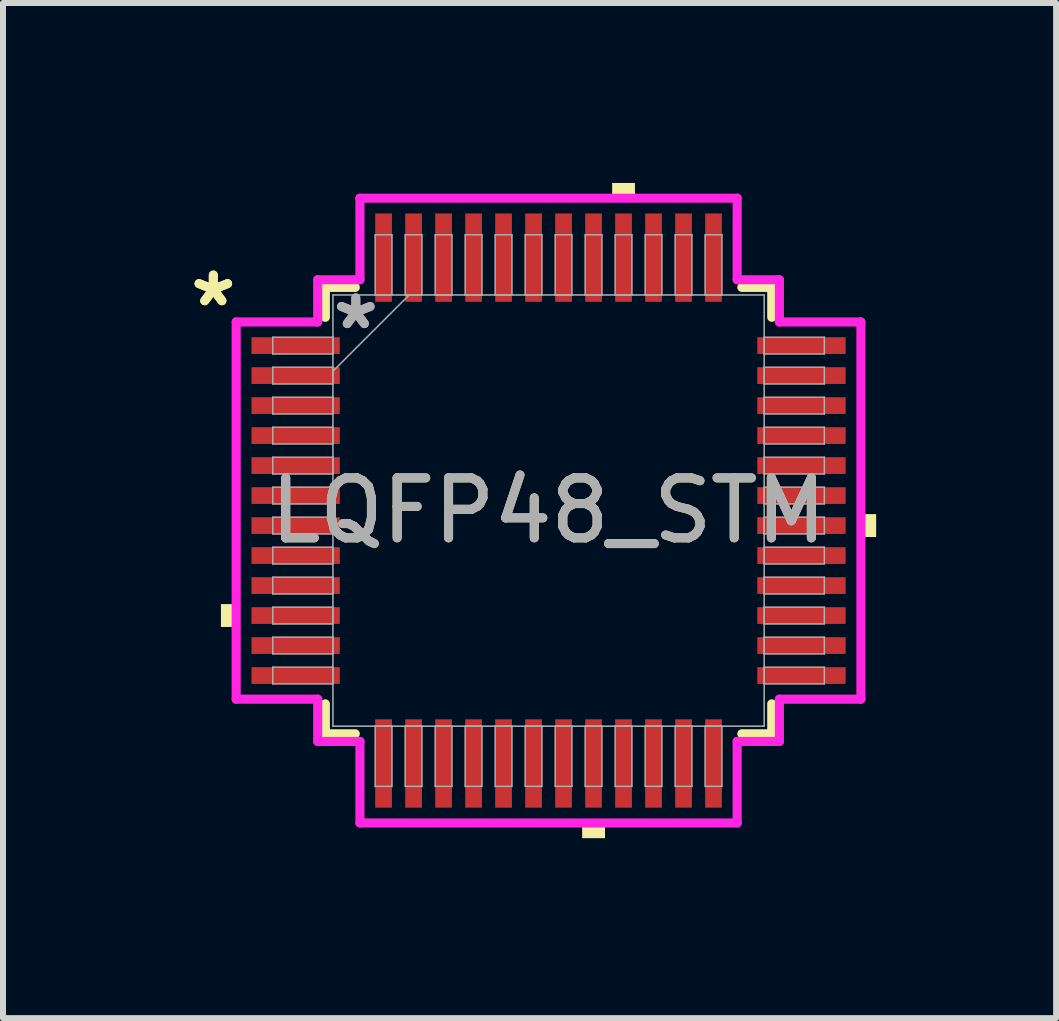
<source format=kicad_pcb>
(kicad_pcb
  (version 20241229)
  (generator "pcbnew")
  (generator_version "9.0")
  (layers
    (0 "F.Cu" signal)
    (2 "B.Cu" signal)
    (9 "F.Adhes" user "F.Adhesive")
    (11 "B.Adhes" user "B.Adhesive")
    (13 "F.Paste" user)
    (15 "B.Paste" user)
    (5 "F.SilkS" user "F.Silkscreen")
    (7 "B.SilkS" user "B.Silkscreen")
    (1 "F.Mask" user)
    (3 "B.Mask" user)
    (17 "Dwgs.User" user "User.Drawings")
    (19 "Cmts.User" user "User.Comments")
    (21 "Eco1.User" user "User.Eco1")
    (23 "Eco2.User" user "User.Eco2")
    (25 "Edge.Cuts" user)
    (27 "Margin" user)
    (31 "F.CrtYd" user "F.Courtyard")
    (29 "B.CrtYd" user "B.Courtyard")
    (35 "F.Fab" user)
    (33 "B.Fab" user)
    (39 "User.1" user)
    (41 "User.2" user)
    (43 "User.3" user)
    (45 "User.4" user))
  (footprint "LQFP48_STM"
    (layer "F.Cu")
    (at 6.094 5.461)
    (property "Reference" "LQFP48_STM" (at 0 0 0) (unlocked yes) (layer "F.SilkS") (effects (font (size 1 1) (thickness 0.15))))
    (attr smd)
    (fp_line (start -3.721 -3.721) (end -3.721 -3.222) (stroke (width 0.152) (type solid)) (layer "F.SilkS"))
    (fp_line (start -3.721 3.222) (end -3.721 3.721) (stroke (width 0.152) (type solid)) (layer "F.SilkS"))
    (fp_line (start -3.721 3.721) (end -3.222 3.721) (stroke (width 0.152) (type solid)) (layer "F.SilkS"))
    (fp_line (start -3.222 -3.721) (end -3.721 -3.721) (stroke (width 0.152) (type solid)) (layer "F.SilkS"))
    (fp_line (start 3.222 3.721) (end 3.721 3.721) (stroke (width 0.152) (type solid)) (layer "F.SilkS"))
    (fp_line (start 3.721 -3.721) (end 3.222 -3.721) (stroke (width 0.152) (type solid)) (layer "F.SilkS"))
    (fp_line (start 3.721 -3.222) (end 3.721 -3.721) (stroke (width 0.152) (type solid)) (layer "F.SilkS"))
    (fp_line (start 3.721 3.721) (end 3.721 3.222) (stroke (width 0.152) (type solid)) (layer "F.SilkS"))
    (fp_poly (pts (xy -5.461 1.559) (xy -5.461 1.94) (xy -5.207 1.94) (xy -5.207 1.559)) (stroke (width 0) (type solid)) (fill yes) (layer "F.SilkS"))
    (fp_poly (pts (xy 0.56 5.207) (xy 0.56 5.461) (xy 0.941 5.461) (xy 0.941 5.207)) (stroke (width 0) (type solid)) (fill yes) (layer "F.SilkS"))
    (fp_poly (pts (xy 1.06 -5.207) (xy 1.06 -5.461) (xy 1.44 -5.461) (xy 1.44 -5.207)) (stroke (width 0) (type solid)) (fill yes) (layer "F.SilkS"))
    (fp_poly (pts (xy 5.461 0.059) (xy 5.461 0.441) (xy 5.207 0.441) (xy 5.207 0.059)) (stroke (width 0) (type solid)) (fill yes) (layer "F.SilkS"))
    (fp_line (start -5.207 -3.144) (end -3.848 -3.144) (stroke (width 0.152) (type solid)) (layer "F.CrtYd"))
    (fp_line (start -5.207 3.144) (end -5.207 -3.144) (stroke (width 0.152) (type solid)) (layer "F.CrtYd"))
    (fp_line (start -3.848 -3.848) (end -3.144 -3.848) (stroke (width 0.152) (type solid)) (layer "F.CrtYd"))
    (fp_line (start -3.848 -3.144) (end -3.848 -3.848) (stroke (width 0.152) (type solid)) (layer "F.CrtYd"))
    (fp_line (start -3.848 3.144) (end -5.207 3.144) (stroke (width 0.152) (type solid)) (layer "F.CrtYd"))
    (fp_line (start -3.848 3.848) (end -3.848 3.144) (stroke (width 0.152) (type solid)) (layer "F.CrtYd"))
    (fp_line (start -3.848 3.848) (end -3.144 3.848) (stroke (width 0.152) (type solid)) (layer "F.CrtYd"))
    (fp_line (start -3.144 -5.207) (end 3.144 -5.207) (stroke (width 0.152) (type solid)) (layer "F.CrtYd"))
    (fp_line (start -3.144 -3.848) (end -3.144 -5.207) (stroke (width 0.152) (type solid)) (layer "F.CrtYd"))
    (fp_line (start -3.144 3.848) (end -3.144 5.207) (stroke (width 0.152) (type solid)) (layer "F.CrtYd"))
    (fp_line (start -3.144 5.207) (end 3.144 5.207) (stroke (width 0.152) (type solid)) (layer "F.CrtYd"))
    (fp_line (start 3.144 -5.207) (end 3.144 -3.848) (stroke (width 0.152) (type solid)) (layer "F.CrtYd"))
    (fp_line (start 3.144 -3.848) (end 3.848 -3.848) (stroke (width 0.152) (type solid)) (layer "F.CrtYd"))
    (fp_line (start 3.144 3.848) (end 3.848 3.848) (stroke (width 0.152) (type solid)) (layer "F.CrtYd"))
    (fp_line (start 3.144 5.207) (end 3.144 3.848) (stroke (width 0.152) (type solid)) (layer "F.CrtYd"))
    (fp_line (start 3.848 -3.144) (end 3.848 -3.848) (stroke (width 0.152) (type solid)) (layer "F.CrtYd"))
    (fp_line (start 3.848 3.144) (end 5.207 3.144) (stroke (width 0.152) (type solid)) (layer "F.CrtYd"))
    (fp_line (start 3.848 3.848) (end 3.848 3.144) (stroke (width 0.152) (type solid)) (layer "F.CrtYd"))
    (fp_line (start 5.207 -3.144) (end 3.848 -3.144) (stroke (width 0.152) (type solid)) (layer "F.CrtYd"))
    (fp_line (start 5.207 3.144) (end 5.207 -3.144) (stroke (width 0.152) (type solid)) (layer "F.CrtYd"))
    (fp_line (start -4.597 -2.89) (end -4.597 -2.61) (stroke (width 0.025) (type solid)) (layer "F.Fab"))
    (fp_line (start -4.597 -2.61) (end -3.594 -2.61) (stroke (width 0.025) (type solid)) (layer "F.Fab"))
    (fp_line (start -4.597 -2.39) (end -4.597 -2.11) (stroke (width 0.025) (type solid)) (layer "F.Fab"))
    (fp_line (start -4.597 -2.11) (end -3.594 -2.11) (stroke (width 0.025) (type solid)) (layer "F.Fab"))
    (fp_line (start -4.597 -1.89) (end -4.597 -1.61) (stroke (width 0.025) (type solid)) (layer "F.Fab"))
    (fp_line (start -4.597 -1.61) (end -3.594 -1.61) (stroke (width 0.025) (type solid)) (layer "F.Fab"))
    (fp_line (start -4.597 -1.39) (end -4.597 -1.11) (stroke (width 0.025) (type solid)) (layer "F.Fab"))
    (fp_line (start -4.597 -1.11) (end -3.594 -1.11) (stroke (width 0.025) (type solid)) (layer "F.Fab"))
    (fp_line (start -4.597 -0.89) (end -4.597 -0.61) (stroke (width 0.025) (type solid)) (layer "F.Fab"))
    (fp_line (start -4.597 -0.61) (end -3.594 -0.61) (stroke (width 0.025) (type solid)) (layer "F.Fab"))
    (fp_line (start -4.597 -0.39) (end -4.597 -0.11) (stroke (width 0.025) (type solid)) (layer "F.Fab"))
    (fp_line (start -4.597 -0.11) (end -3.594 -0.11) (stroke (width 0.025) (type solid)) (layer "F.Fab"))
    (fp_line (start -4.597 0.11) (end -4.597 0.39) (stroke (width 0.025) (type solid)) (layer "F.Fab"))
    (fp_line (start -4.597 0.39) (end -3.594 0.39) (stroke (width 0.025) (type solid)) (layer "F.Fab"))
    (fp_line (start -4.597 0.61) (end -4.597 0.89) (stroke (width 0.025) (type solid)) (layer "F.Fab"))
    (fp_line (start -4.597 0.89) (end -3.594 0.89) (stroke (width 0.025) (type solid)) (layer "F.Fab"))
    (fp_line (start -4.597 1.11) (end -4.597 1.39) (stroke (width 0.025) (type solid)) (layer "F.Fab"))
    (fp_line (start -4.597 1.39) (end -3.594 1.39) (stroke (width 0.025) (type solid)) (layer "F.Fab"))
    (fp_line (start -4.597 1.61) (end -4.597 1.89) (stroke (width 0.025) (type solid)) (layer "F.Fab"))
    (fp_line (start -4.597 1.89) (end -3.594 1.89) (stroke (width 0.025) (type solid)) (layer "F.Fab"))
    (fp_line (start -4.597 2.11) (end -4.597 2.39) (stroke (width 0.025) (type solid)) (layer "F.Fab"))
    (fp_line (start -4.597 2.39) (end -3.594 2.39) (stroke (width 0.025) (type solid)) (layer "F.Fab"))
    (fp_line (start -4.597 2.61) (end -4.597 2.89) (stroke (width 0.025) (type solid)) (layer "F.Fab"))
    (fp_line (start -4.597 2.89) (end -3.594 2.89) (stroke (width 0.025) (type solid)) (layer "F.Fab"))
    (fp_line (start -3.594 -3.594) (end -3.594 3.594) (stroke (width 0.025) (type solid)) (layer "F.Fab"))
    (fp_line (start -3.594 -2.89) (end -4.597 -2.89) (stroke (width 0.025) (type solid)) (layer "F.Fab"))
    (fp_line (start -3.594 -2.61) (end -3.594 -2.89) (stroke (width 0.025) (type solid)) (layer "F.Fab"))
    (fp_line (start -3.594 -2.39) (end -4.597 -2.39) (stroke (width 0.025) (type solid)) (layer "F.Fab"))
    (fp_line (start -3.594 -2.324) (end -2.324 -3.594) (stroke (width 0.025) (type solid)) (layer "F.Fab"))
    (fp_line (start -3.594 -2.11) (end -3.594 -2.39) (stroke (width 0.025) (type solid)) (layer "F.Fab"))
    (fp_line (start -3.594 -1.89) (end -4.597 -1.89) (stroke (width 0.025) (type solid)) (layer "F.Fab"))
    (fp_line (start -3.594 -1.61) (end -3.594 -1.89) (stroke (width 0.025) (type solid)) (layer "F.Fab"))
    (fp_line (start -3.594 -1.39) (end -4.597 -1.39) (stroke (width 0.025) (type solid)) (layer "F.Fab"))
    (fp_line (start -3.594 -1.11) (end -3.594 -1.39) (stroke (width 0.025) (type solid)) (layer "F.Fab"))
    (fp_line (start -3.594 -0.89) (end -4.597 -0.89) (stroke (width 0.025) (type solid)) (layer "F.Fab"))
    (fp_line (start -3.594 -0.61) (end -3.594 -0.89) (stroke (width 0.025) (type solid)) (layer "F.Fab"))
    (fp_line (start -3.594 -0.39) (end -4.597 -0.39) (stroke (width 0.025) (type solid)) (layer "F.Fab"))
    (fp_line (start -3.594 -0.11) (end -3.594 -0.39) (stroke (width 0.025) (type solid)) (layer "F.Fab"))
    (fp_line (start -3.594 0.11) (end -4.597 0.11) (stroke (width 0.025) (type solid)) (layer "F.Fab"))
    (fp_line (start -3.594 0.39) (end -3.594 0.11) (stroke (width 0.025) (type solid)) (layer "F.Fab"))
    (fp_line (start -3.594 0.61) (end -4.597 0.61) (stroke (width 0.025) (type solid)) (layer "F.Fab"))
    (fp_line (start -3.594 0.89) (end -3.594 0.61) (stroke (width 0.025) (type solid)) (layer "F.Fab"))
    (fp_line (start -3.594 1.11) (end -4.597 1.11) (stroke (width 0.025) (type solid)) (layer "F.Fab"))
    (fp_line (start -3.594 1.39) (end -3.594 1.11) (stroke (width 0.025) (type solid)) (layer "F.Fab"))
    (fp_line (start -3.594 1.61) (end -4.597 1.61) (stroke (width 0.025) (type solid)) (layer "F.Fab"))
    (fp_line (start -3.594 1.89) (end -3.594 1.61) (stroke (width 0.025) (type solid)) (layer "F.Fab"))
    (fp_line (start -3.594 2.11) (end -4.597 2.11) (stroke (width 0.025) (type solid)) (layer "F.Fab"))
    (fp_line (start -3.594 2.39) (end -3.594 2.11) (stroke (width 0.025) (type solid)) (layer "F.Fab"))
    (fp_line (start -3.594 2.61) (end -4.597 2.61) (stroke (width 0.025) (type solid)) (layer "F.Fab"))
    (fp_line (start -3.594 2.89) (end -3.594 2.61) (stroke (width 0.025) (type solid)) (layer "F.Fab"))
    (fp_line (start -3.594 3.594) (end 3.594 3.594) (stroke (width 0.025) (type solid)) (layer "F.Fab"))
    (fp_line (start -2.89 -4.597) (end -2.89 -3.594) (stroke (width 0.025) (type solid)) (layer "F.Fab"))
    (fp_line (start -2.89 -3.594) (end -2.61 -3.594) (stroke (width 0.025) (type solid)) (layer "F.Fab"))
    (fp_line (start -2.89 3.594) (end -2.89 4.597) (stroke (width 0.025) (type solid)) (layer "F.Fab"))
    (fp_line (start -2.89 4.597) (end -2.61 4.597) (stroke (width 0.025) (type solid)) (layer "F.Fab"))
    (fp_line (start -2.61 -4.597) (end -2.89 -4.597) (stroke (width 0.025) (type solid)) (layer "F.Fab"))
    (fp_line (start -2.61 -3.594) (end -2.61 -4.597) (stroke (width 0.025) (type solid)) (layer "F.Fab"))
    (fp_line (start -2.61 3.594) (end -2.89 3.594) (stroke (width 0.025) (type solid)) (layer "F.Fab"))
    (fp_line (start -2.61 4.597) (end -2.61 3.594) (stroke (width 0.025) (type solid)) (layer "F.Fab"))
    (fp_line (start -2.39 -4.597) (end -2.39 -3.594) (stroke (width 0.025) (type solid)) (layer "F.Fab"))
    (fp_line (start -2.39 -3.594) (end -2.11 -3.594) (stroke (width 0.025) (type solid)) (layer "F.Fab"))
    (fp_line (start -2.39 3.594) (end -2.39 4.597) (stroke (width 0.025) (type solid)) (layer "F.Fab"))
    (fp_line (start -2.39 4.597) (end -2.11 4.597) (stroke (width 0.025) (type solid)) (layer "F.Fab"))
    (fp_line (start -2.11 -4.597) (end -2.39 -4.597) (stroke (width 0.025) (type solid)) (layer "F.Fab"))
    (fp_line (start -2.11 -3.594) (end -2.11 -4.597) (stroke (width 0.025) (type solid)) (layer "F.Fab"))
    (fp_line (start -2.11 3.594) (end -2.39 3.594) (stroke (width 0.025) (type solid)) (layer "F.Fab"))
    (fp_line (start -2.11 4.597) (end -2.11 3.594) (stroke (width 0.025) (type solid)) (layer "F.Fab"))
    (fp_line (start -1.89 -4.597) (end -1.89 -3.594) (stroke (width 0.025) (type solid)) (layer "F.Fab"))
    (fp_line (start -1.89 -3.594) (end -1.61 -3.594) (stroke (width 0.025) (type solid)) (layer "F.Fab"))
    (fp_line (start -1.89 3.594) (end -1.89 4.597) (stroke (width 0.025) (type solid)) (layer "F.Fab"))
    (fp_line (start -1.89 4.597) (end -1.61 4.597) (stroke (width 0.025) (type solid)) (layer "F.Fab"))
    (fp_line (start -1.61 -4.597) (end -1.89 -4.597) (stroke (width 0.025) (type solid)) (layer "F.Fab"))
    (fp_line (start -1.61 -3.594) (end -1.61 -4.597) (stroke (width 0.025) (type solid)) (layer "F.Fab"))
    (fp_line (start -1.61 3.594) (end -1.89 3.594) (stroke (width 0.025) (type solid)) (layer "F.Fab"))
    (fp_line (start -1.61 4.597) (end -1.61 3.594) (stroke (width 0.025) (type solid)) (layer "F.Fab"))
    (fp_line (start -1.39 -4.597) (end -1.39 -3.594) (stroke (width 0.025) (type solid)) (layer "F.Fab"))
    (fp_line (start -1.39 -3.594) (end -1.11 -3.594) (stroke (width 0.025) (type solid)) (layer "F.Fab"))
    (fp_line (start -1.39 3.594) (end -1.39 4.597) (stroke (width 0.025) (type solid)) (layer "F.Fab"))
    (fp_line (start -1.39 4.597) (end -1.11 4.597) (stroke (width 0.025) (type solid)) (layer "F.Fab"))
    (fp_line (start -1.11 -4.597) (end -1.39 -4.597) (stroke (width 0.025) (type solid)) (layer "F.Fab"))
    (fp_line (start -1.11 -3.594) (end -1.11 -4.597) (stroke (width 0.025) (type solid)) (layer "F.Fab"))
    (fp_line (start -1.11 3.594) (end -1.39 3.594) (stroke (width 0.025) (type solid)) (layer "F.Fab"))
    (fp_line (start -1.11 4.597) (end -1.11 3.594) (stroke (width 0.025) (type solid)) (layer "F.Fab"))
    (fp_line (start -0.89 -4.597) (end -0.89 -3.594) (stroke (width 0.025) (type solid)) (layer "F.Fab"))
    (fp_line (start -0.89 -3.594) (end -0.61 -3.594) (stroke (width 0.025) (type solid)) (layer "F.Fab"))
    (fp_line (start -0.89 3.594) (end -0.89 4.597) (stroke (width 0.025) (type solid)) (layer "F.Fab"))
    (fp_line (start -0.89 4.597) (end -0.61 4.597) (stroke (width 0.025) (type solid)) (layer "F.Fab"))
    (fp_line (start -0.61 -4.597) (end -0.89 -4.597) (stroke (width 0.025) (type solid)) (layer "F.Fab"))
    (fp_line (start -0.61 -3.594) (end -0.61 -4.597) (stroke (width 0.025) (type solid)) (layer "F.Fab"))
    (fp_line (start -0.61 3.594) (end -0.89 3.594) (stroke (width 0.025) (type solid)) (layer "F.Fab"))
    (fp_line (start -0.61 4.597) (end -0.61 3.594) (stroke (width 0.025) (type solid)) (layer "F.Fab"))
    (fp_line (start -0.39 -4.597) (end -0.39 -3.594) (stroke (width 0.025) (type solid)) (layer "F.Fab"))
    (fp_line (start -0.39 -3.594) (end -0.11 -3.594) (stroke (width 0.025) (type solid)) (layer "F.Fab"))
    (fp_line (start -0.39 3.594) (end -0.39 4.597) (stroke (width 0.025) (type solid)) (layer "F.Fab"))
    (fp_line (start -0.39 4.597) (end -0.11 4.597) (stroke (width 0.025) (type solid)) (layer "F.Fab"))
    (fp_line (start -0.11 -4.597) (end -0.39 -4.597) (stroke (width 0.025) (type solid)) (layer "F.Fab"))
    (fp_line (start -0.11 -3.594) (end -0.11 -4.597) (stroke (width 0.025) (type solid)) (layer "F.Fab"))
    (fp_line (start -0.11 3.594) (end -0.39 3.594) (stroke (width 0.025) (type solid)) (layer "F.Fab"))
    (fp_line (start -0.11 4.597) (end -0.11 3.594) (stroke (width 0.025) (type solid)) (layer "F.Fab"))
    (fp_line (start 0.11 -4.597) (end 0.11 -3.594) (stroke (width 0.025) (type solid)) (layer "F.Fab"))
    (fp_line (start 0.11 -3.594) (end 0.39 -3.594) (stroke (width 0.025) (type solid)) (layer "F.Fab"))
    (fp_line (start 0.11 3.594) (end 0.11 4.597) (stroke (width 0.025) (type solid)) (layer "F.Fab"))
    (fp_line (start 0.11 4.597) (end 0.39 4.597) (stroke (width 0.025) (type solid)) (layer "F.Fab"))
    (fp_line (start 0.39 -4.597) (end 0.11 -4.597) (stroke (width 0.025) (type solid)) (layer "F.Fab"))
    (fp_line (start 0.39 -3.594) (end 0.39 -4.597) (stroke (width 0.025) (type solid)) (layer "F.Fab"))
    (fp_line (start 0.39 3.594) (end 0.11 3.594) (stroke (width 0.025) (type solid)) (layer "F.Fab"))
    (fp_line (start 0.39 4.597) (end 0.39 3.594) (stroke (width 0.025) (type solid)) (layer "F.Fab"))
    (fp_line (start 0.61 -4.597) (end 0.61 -3.594) (stroke (width 0.025) (type solid)) (layer "F.Fab"))
    (fp_line (start 0.61 -3.594) (end 0.89 -3.594) (stroke (width 0.025) (type solid)) (layer "F.Fab"))
    (fp_line (start 0.61 3.594) (end 0.61 4.597) (stroke (width 0.025) (type solid)) (layer "F.Fab"))
    (fp_line (start 0.61 4.597) (end 0.89 4.597) (stroke (width 0.025) (type solid)) (layer "F.Fab"))
    (fp_line (start 0.89 -4.597) (end 0.61 -4.597) (stroke (width 0.025) (type solid)) (layer "F.Fab"))
    (fp_line (start 0.89 -3.594) (end 0.89 -4.597) (stroke (width 0.025) (type solid)) (layer "F.Fab"))
    (fp_line (start 0.89 3.594) (end 0.61 3.594) (stroke (width 0.025) (type solid)) (layer "F.Fab"))
    (fp_line (start 0.89 4.597) (end 0.89 3.594) (stroke (width 0.025) (type solid)) (layer "F.Fab"))
    (fp_line (start 1.11 -4.597) (end 1.11 -3.594) (stroke (width 0.025) (type solid)) (layer "F.Fab"))
    (fp_line (start 1.11 -3.594) (end 1.39 -3.594) (stroke (width 0.025) (type solid)) (layer "F.Fab"))
    (fp_line (start 1.11 3.594) (end 1.11 4.597) (stroke (width 0.025) (type solid)) (layer "F.Fab"))
    (fp_line (start 1.11 4.597) (end 1.39 4.597) (stroke (width 0.025) (type solid)) (layer "F.Fab"))
    (fp_line (start 1.39 -4.597) (end 1.11 -4.597) (stroke (width 0.025) (type solid)) (layer "F.Fab"))
    (fp_line (start 1.39 -3.594) (end 1.39 -4.597) (stroke (width 0.025) (type solid)) (layer "F.Fab"))
    (fp_line (start 1.39 3.594) (end 1.11 3.594) (stroke (width 0.025) (type solid)) (layer "F.Fab"))
    (fp_line (start 1.39 4.597) (end 1.39 3.594) (stroke (width 0.025) (type solid)) (layer "F.Fab"))
    (fp_line (start 1.61 -4.597) (end 1.61 -3.594) (stroke (width 0.025) (type solid)) (layer "F.Fab"))
    (fp_line (start 1.61 -3.594) (end 1.89 -3.594) (stroke (width 0.025) (type solid)) (layer "F.Fab"))
    (fp_line (start 1.61 3.594) (end 1.61 4.597) (stroke (width 0.025) (type solid)) (layer "F.Fab"))
    (fp_line (start 1.61 4.597) (end 1.89 4.597) (stroke (width 0.025) (type solid)) (layer "F.Fab"))
    (fp_line (start 1.89 -4.597) (end 1.61 -4.597) (stroke (width 0.025) (type solid)) (layer "F.Fab"))
    (fp_line (start 1.89 -3.594) (end 1.89 -4.597) (stroke (width 0.025) (type solid)) (layer "F.Fab"))
    (fp_line (start 1.89 3.594) (end 1.61 3.594) (stroke (width 0.025) (type solid)) (layer "F.Fab"))
    (fp_line (start 1.89 4.597) (end 1.89 3.594) (stroke (width 0.025) (type solid)) (layer "F.Fab"))
    (fp_line (start 2.11 -4.597) (end 2.11 -3.594) (stroke (width 0.025) (type solid)) (layer "F.Fab"))
    (fp_line (start 2.11 -3.594) (end 2.39 -3.594) (stroke (width 0.025) (type solid)) (layer "F.Fab"))
    (fp_line (start 2.11 3.594) (end 2.11 4.597) (stroke (width 0.025) (type solid)) (layer "F.Fab"))
    (fp_line (start 2.11 4.597) (end 2.39 4.597) (stroke (width 0.025) (type solid)) (layer "F.Fab"))
    (fp_line (start 2.39 -4.597) (end 2.11 -4.597) (stroke (width 0.025) (type solid)) (layer "F.Fab"))
    (fp_line (start 2.39 -3.594) (end 2.39 -4.597) (stroke (width 0.025) (type solid)) (layer "F.Fab"))
    (fp_line (start 2.39 3.594) (end 2.11 3.594) (stroke (width 0.025) (type solid)) (layer "F.Fab"))
    (fp_line (start 2.39 4.597) (end 2.39 3.594) (stroke (width 0.025) (type solid)) (layer "F.Fab"))
    (fp_line (start 2.61 -4.597) (end 2.61 -3.594) (stroke (width 0.025) (type solid)) (layer "F.Fab"))
    (fp_line (start 2.61 -3.594) (end 2.89 -3.594) (stroke (width 0.025) (type solid)) (layer "F.Fab"))
    (fp_line (start 2.61 3.594) (end 2.61 4.597) (stroke (width 0.025) (type solid)) (layer "F.Fab"))
    (fp_line (start 2.61 4.597) (end 2.89 4.597) (stroke (width 0.025) (type solid)) (layer "F.Fab"))
    (fp_line (start 2.89 -4.597) (end 2.61 -4.597) (stroke (width 0.025) (type solid)) (layer "F.Fab"))
    (fp_line (start 2.89 -3.594) (end 2.89 -4.597) (stroke (width 0.025) (type solid)) (layer "F.Fab"))
    (fp_line (start 2.89 3.594) (end 2.61 3.594) (stroke (width 0.025) (type solid)) (layer "F.Fab"))
    (fp_line (start 2.89 4.597) (end 2.89 3.594) (stroke (width 0.025) (type solid)) (layer "F.Fab"))
    (fp_line (start 3.594 -3.594) (end -3.594 -3.594) (stroke (width 0.025) (type solid)) (layer "F.Fab"))
    (fp_line (start 3.594 -2.89) (end 3.594 -2.61) (stroke (width 0.025) (type solid)) (layer "F.Fab"))
    (fp_line (start 3.594 -2.61) (end 4.597 -2.61) (stroke (width 0.025) (type solid)) (layer "F.Fab"))
    (fp_line (start 3.594 -2.39) (end 3.594 -2.11) (stroke (width 0.025) (type solid)) (layer "F.Fab"))
    (fp_line (start 3.594 -2.11) (end 4.597 -2.11) (stroke (width 0.025) (type solid)) (layer "F.Fab"))
    (fp_line (start 3.594 -1.89) (end 3.594 -1.61) (stroke (width 0.025) (type solid)) (layer "F.Fab"))
    (fp_line (start 3.594 -1.61) (end 4.597 -1.61) (stroke (width 0.025) (type solid)) (layer "F.Fab"))
    (fp_line (start 3.594 -1.39) (end 3.594 -1.11) (stroke (width 0.025) (type solid)) (layer "F.Fab"))
    (fp_line (start 3.594 -1.11) (end 4.597 -1.11) (stroke (width 0.025) (type solid)) (layer "F.Fab"))
    (fp_line (start 3.594 -0.89) (end 3.594 -0.61) (stroke (width 0.025) (type solid)) (layer "F.Fab"))
    (fp_line (start 3.594 -0.61) (end 4.597 -0.61) (stroke (width 0.025) (type solid)) (layer "F.Fab"))
    (fp_line (start 3.594 -0.39) (end 3.594 -0.11) (stroke (width 0.025) (type solid)) (layer "F.Fab"))
    (fp_line (start 3.594 -0.11) (end 4.597 -0.11) (stroke (width 0.025) (type solid)) (layer "F.Fab"))
    (fp_line (start 3.594 0.11) (end 3.594 0.39) (stroke (width 0.025) (type solid)) (layer "F.Fab"))
    (fp_line (start 3.594 0.39) (end 4.597 0.39) (stroke (width 0.025) (type solid)) (layer "F.Fab"))
    (fp_line (start 3.594 0.61) (end 3.594 0.89) (stroke (width 0.025) (type solid)) (layer "F.Fab"))
    (fp_line (start 3.594 0.89) (end 4.597 0.89) (stroke (width 0.025) (type solid)) (layer "F.Fab"))
    (fp_line (start 3.594 1.11) (end 3.594 1.39) (stroke (width 0.025) (type solid)) (layer "F.Fab"))
    (fp_line (start 3.594 1.39) (end 4.597 1.39) (stroke (width 0.025) (type solid)) (layer "F.Fab"))
    (fp_line (start 3.594 1.61) (end 3.594 1.89) (stroke (width 0.025) (type solid)) (layer "F.Fab"))
    (fp_line (start 3.594 1.89) (end 4.597 1.89) (stroke (width 0.025) (type solid)) (layer "F.Fab"))
    (fp_line (start 3.594 2.11) (end 3.594 2.39) (stroke (width 0.025) (type solid)) (layer "F.Fab"))
    (fp_line (start 3.594 2.39) (end 4.597 2.39) (stroke (width 0.025) (type solid)) (layer "F.Fab"))
    (fp_line (start 3.594 2.61) (end 3.594 2.89) (stroke (width 0.025) (type solid)) (layer "F.Fab"))
    (fp_line (start 3.594 2.89) (end 4.597 2.89) (stroke (width 0.025) (type solid)) (layer "F.Fab"))
    (fp_line (start 3.594 3.594) (end 3.594 -3.594) (stroke (width 0.025) (type solid)) (layer "F.Fab"))
    (fp_line (start 4.597 -2.89) (end 3.594 -2.89) (stroke (width 0.025) (type solid)) (layer "F.Fab"))
    (fp_line (start 4.597 -2.61) (end 4.597 -2.89) (stroke (width 0.025) (type solid)) (layer "F.Fab"))
    (fp_line (start 4.597 -2.39) (end 3.594 -2.39) (stroke (width 0.025) (type solid)) (layer "F.Fab"))
    (fp_line (start 4.597 -2.11) (end 4.597 -2.39) (stroke (width 0.025) (type solid)) (layer "F.Fab"))
    (fp_line (start 4.597 -1.89) (end 3.594 -1.89) (stroke (width 0.025) (type solid)) (layer "F.Fab"))
    (fp_line (start 4.597 -1.61) (end 4.597 -1.89) (stroke (width 0.025) (type solid)) (layer "F.Fab"))
    (fp_line (start 4.597 -1.39) (end 3.594 -1.39) (stroke (width 0.025) (type solid)) (layer "F.Fab"))
    (fp_line (start 4.597 -1.11) (end 4.597 -1.39) (stroke (width 0.025) (type solid)) (layer "F.Fab"))
    (fp_line (start 4.597 -0.89) (end 3.594 -0.89) (stroke (width 0.025) (type solid)) (layer "F.Fab"))
    (fp_line (start 4.597 -0.61) (end 4.597 -0.89) (stroke (width 0.025) (type solid)) (layer "F.Fab"))
    (fp_line (start 4.597 -0.39) (end 3.594 -0.39) (stroke (width 0.025) (type solid)) (layer "F.Fab"))
    (fp_line (start 4.597 -0.11) (end 4.597 -0.39) (stroke (width 0.025) (type solid)) (layer "F.Fab"))
    (fp_line (start 4.597 0.11) (end 3.594 0.11) (stroke (width 0.025) (type solid)) (layer "F.Fab"))
    (fp_line (start 4.597 0.39) (end 4.597 0.11) (stroke (width 0.025) (type solid)) (layer "F.Fab"))
    (fp_line (start 4.597 0.61) (end 3.594 0.61) (stroke (width 0.025) (type solid)) (layer "F.Fab"))
    (fp_line (start 4.597 0.89) (end 4.597 0.61) (stroke (width 0.025) (type solid)) (layer "F.Fab"))
    (fp_line (start 4.597 1.11) (end 3.594 1.11) (stroke (width 0.025) (type solid)) (layer "F.Fab"))
    (fp_line (start 4.597 1.39) (end 4.597 1.11) (stroke (width 0.025) (type solid)) (layer "F.Fab"))
    (fp_line (start 4.597 1.61) (end 3.594 1.61) (stroke (width 0.025) (type solid)) (layer "F.Fab"))
    (fp_line (start 4.597 1.89) (end 4.597 1.61) (stroke (width 0.025) (type solid)) (layer "F.Fab"))
    (fp_line (start 4.597 2.11) (end 3.594 2.11) (stroke (width 0.025) (type solid)) (layer "F.Fab"))
    (fp_line (start 4.597 2.39) (end 4.597 2.11) (stroke (width 0.025) (type solid)) (layer "F.Fab"))
    (fp_line (start 4.597 2.61) (end 3.594 2.61) (stroke (width 0.025) (type solid)) (layer "F.Fab"))
    (fp_line (start 4.597 2.89) (end 4.597 2.61) (stroke (width 0.025) (type solid)) (layer "F.Fab"))
    (fp_text user "*" (at -5.588 -3.381 0) (unlocked yes) (layer "F.SilkS") (effects (font (size 1 1) (thickness 0.15))))
    (fp_text user "*" (at -5.588 -3.381 0) (layer "F.SilkS") (effects (font (size 1 1) (thickness 0.15))))
    (fp_text user "*" (at -3.213 -3 0) (unlocked yes) (layer "F.Fab") (effects (font (size 1 1) (thickness 0.15))))
    (fp_text user "*" (at -3.213 -3 0) (layer "F.Fab") (effects (font (size 1 1) (thickness 0.15))))
    (fp_text user "${REFERENCE}" (at 0 0 0) (unlocked yes) (layer "F.Fab") (effects (font (size 1 1) (thickness 0.15))))
    (pad "1" smd rect (at -4.216 -2.75 90) (size 0.279 1.473) (layers "F.Cu" "F.Mask" "F.Paste"))
    (pad "2" smd rect (at -4.216 -2.25 90) (size 0.279 1.473) (layers "F.Cu" "F.Mask" "F.Paste"))
    (pad "3" smd rect (at -4.216 -1.75 90) (size 0.279 1.473) (layers "F.Cu" "F.Mask" "F.Paste"))
    (pad "4" smd rect (at -4.216 -1.25 90) (size 0.279 1.473) (layers "F.Cu" "F.Mask" "F.Paste"))
    (pad "5" smd rect (at -4.216 -0.75 90) (size 0.279 1.473) (layers "F.Cu" "F.Mask" "F.Paste"))
    (pad "6" smd rect (at -4.216 -0.25 90) (size 0.279 1.473) (layers "F.Cu" "F.Mask" "F.Paste"))
    (pad "7" smd rect (at -4.216 0.25 90) (size 0.279 1.473) (layers "F.Cu" "F.Mask" "F.Paste"))
    (pad "8" smd rect (at -4.216 0.75 90) (size 0.279 1.473) (layers "F.Cu" "F.Mask" "F.Paste"))
    (pad "9" smd rect (at -4.216 1.25 90) (size 0.279 1.473) (layers "F.Cu" "F.Mask" "F.Paste"))
    (pad "10" smd rect (at -4.216 1.75 90) (size 0.279 1.473) (layers "F.Cu" "F.Mask" "F.Paste"))
    (pad "11" smd rect (at -4.216 2.25 90) (size 0.279 1.473) (layers "F.Cu" "F.Mask" "F.Paste"))
    (pad "12" smd rect (at -4.216 2.75 90) (size 0.279 1.473) (layers "F.Cu" "F.Mask" "F.Paste"))
    (pad "13" smd rect (at -2.75 4.216) (size 0.279 1.473) (layers "F.Cu" "F.Mask" "F.Paste"))
    (pad "14" smd rect (at -2.25 4.216) (size 0.279 1.473) (layers "F.Cu" "F.Mask" "F.Paste"))
    (pad "15" smd rect (at -1.75 4.216) (size 0.279 1.473) (layers "F.Cu" "F.Mask" "F.Paste"))
    (pad "16" smd rect (at -1.25 4.216) (size 0.279 1.473) (layers "F.Cu" "F.Mask" "F.Paste"))
    (pad "17" smd rect (at -0.75 4.216) (size 0.279 1.473) (layers "F.Cu" "F.Mask" "F.Paste"))
    (pad "18" smd rect (at -0.25 4.216) (size 0.279 1.473) (layers "F.Cu" "F.Mask" "F.Paste"))
    (pad "19" smd rect (at 0.25 4.216) (size 0.279 1.473) (layers "F.Cu" "F.Mask" "F.Paste"))
    (pad "20" smd rect (at 0.75 4.216) (size 0.279 1.473) (layers "F.Cu" "F.Mask" "F.Paste"))
    (pad "21" smd rect (at 1.25 4.216) (size 0.279 1.473) (layers "F.Cu" "F.Mask" "F.Paste"))
    (pad "22" smd rect (at 1.75 4.216) (size 0.279 1.473) (layers "F.Cu" "F.Mask" "F.Paste"))
    (pad "23" smd rect (at 2.25 4.216) (size 0.279 1.473) (layers "F.Cu" "F.Mask" "F.Paste"))
    (pad "24" smd rect (at 2.75 4.216) (size 0.279 1.473) (layers "F.Cu" "F.Mask" "F.Paste"))
    (pad "25" smd rect (at 4.216 2.75 90) (size 0.279 1.473) (layers "F.Cu" "F.Mask" "F.Paste"))
    (pad "26" smd rect (at 4.216 2.25 90) (size 0.279 1.473) (layers "F.Cu" "F.Mask" "F.Paste"))
    (pad "27" smd rect (at 4.216 1.75 90) (size 0.279 1.473) (layers "F.Cu" "F.Mask" "F.Paste"))
    (pad "28" smd rect (at 4.216 1.25 90) (size 0.279 1.473) (layers "F.Cu" "F.Mask" "F.Paste"))
    (pad "29" smd rect (at 4.216 0.75 90) (size 0.279 1.473) (layers "F.Cu" "F.Mask" "F.Paste"))
    (pad "30" smd rect (at 4.216 0.25 90) (size 0.279 1.473) (layers "F.Cu" "F.Mask" "F.Paste"))
    (pad "31" smd rect (at 4.216 -0.25 90) (size 0.279 1.473) (layers "F.Cu" "F.Mask" "F.Paste"))
    (pad "32" smd rect (at 4.216 -0.75 90) (size 0.279 1.473) (layers "F.Cu" "F.Mask" "F.Paste"))
    (pad "33" smd rect (at 4.216 -1.25 90) (size 0.279 1.473) (layers "F.Cu" "F.Mask" "F.Paste"))
    (pad "34" smd rect (at 4.216 -1.75 90) (size 0.279 1.473) (layers "F.Cu" "F.Mask" "F.Paste"))
    (pad "35" smd rect (at 4.216 -2.25 90) (size 0.279 1.473) (layers "F.Cu" "F.Mask" "F.Paste"))
    (pad "36" smd rect (at 4.216 -2.75 90) (size 0.279 1.473) (layers "F.Cu" "F.Mask" "F.Paste"))
    (pad "37" smd rect (at 2.75 -4.216) (size 0.279 1.473) (layers "F.Cu" "F.Mask" "F.Paste"))
    (pad "38" smd rect (at 2.25 -4.216) (size 0.279 1.473) (layers "F.Cu" "F.Mask" "F.Paste"))
    (pad "39" smd rect (at 1.75 -4.216) (size 0.279 1.473) (layers "F.Cu" "F.Mask" "F.Paste"))
    (pad "40" smd rect (at 1.25 -4.216) (size 0.279 1.473) (layers "F.Cu" "F.Mask" "F.Paste"))
    (pad "41" smd rect (at 0.75 -4.216) (size 0.279 1.473) (layers "F.Cu" "F.Mask" "F.Paste"))
    (pad "42" smd rect (at 0.25 -4.216) (size 0.279 1.473) (layers "F.Cu" "F.Mask" "F.Paste"))
    (pad "43" smd rect (at -0.25 -4.216) (size 0.279 1.473) (layers "F.Cu" "F.Mask" "F.Paste"))
    (pad "44" smd rect (at -0.75 -4.216) (size 0.279 1.473) (layers "F.Cu" "F.Mask" "F.Paste"))
    (pad "45" smd rect (at -1.25 -4.216) (size 0.279 1.473) (layers "F.Cu" "F.Mask" "F.Paste"))
    (pad "46" smd rect (at -1.75 -4.216) (size 0.279 1.473) (layers "F.Cu" "F.Mask" "F.Paste"))
    (pad "47" smd rect (at -2.25 -4.216) (size 0.279 1.473) (layers "F.Cu" "F.Mask" "F.Paste"))
    (pad "48" smd rect (at -2.75 -4.216) (size 0.279 1.473) (layers "F.Cu" "F.Mask" "F.Paste")))
  (gr_rect
    (start -3 -3)
    (end 14.555 13.922)
    (stroke (width 0.1) (type default))
    (fill no)
    (layer "Edge.Cuts")))
</source>
